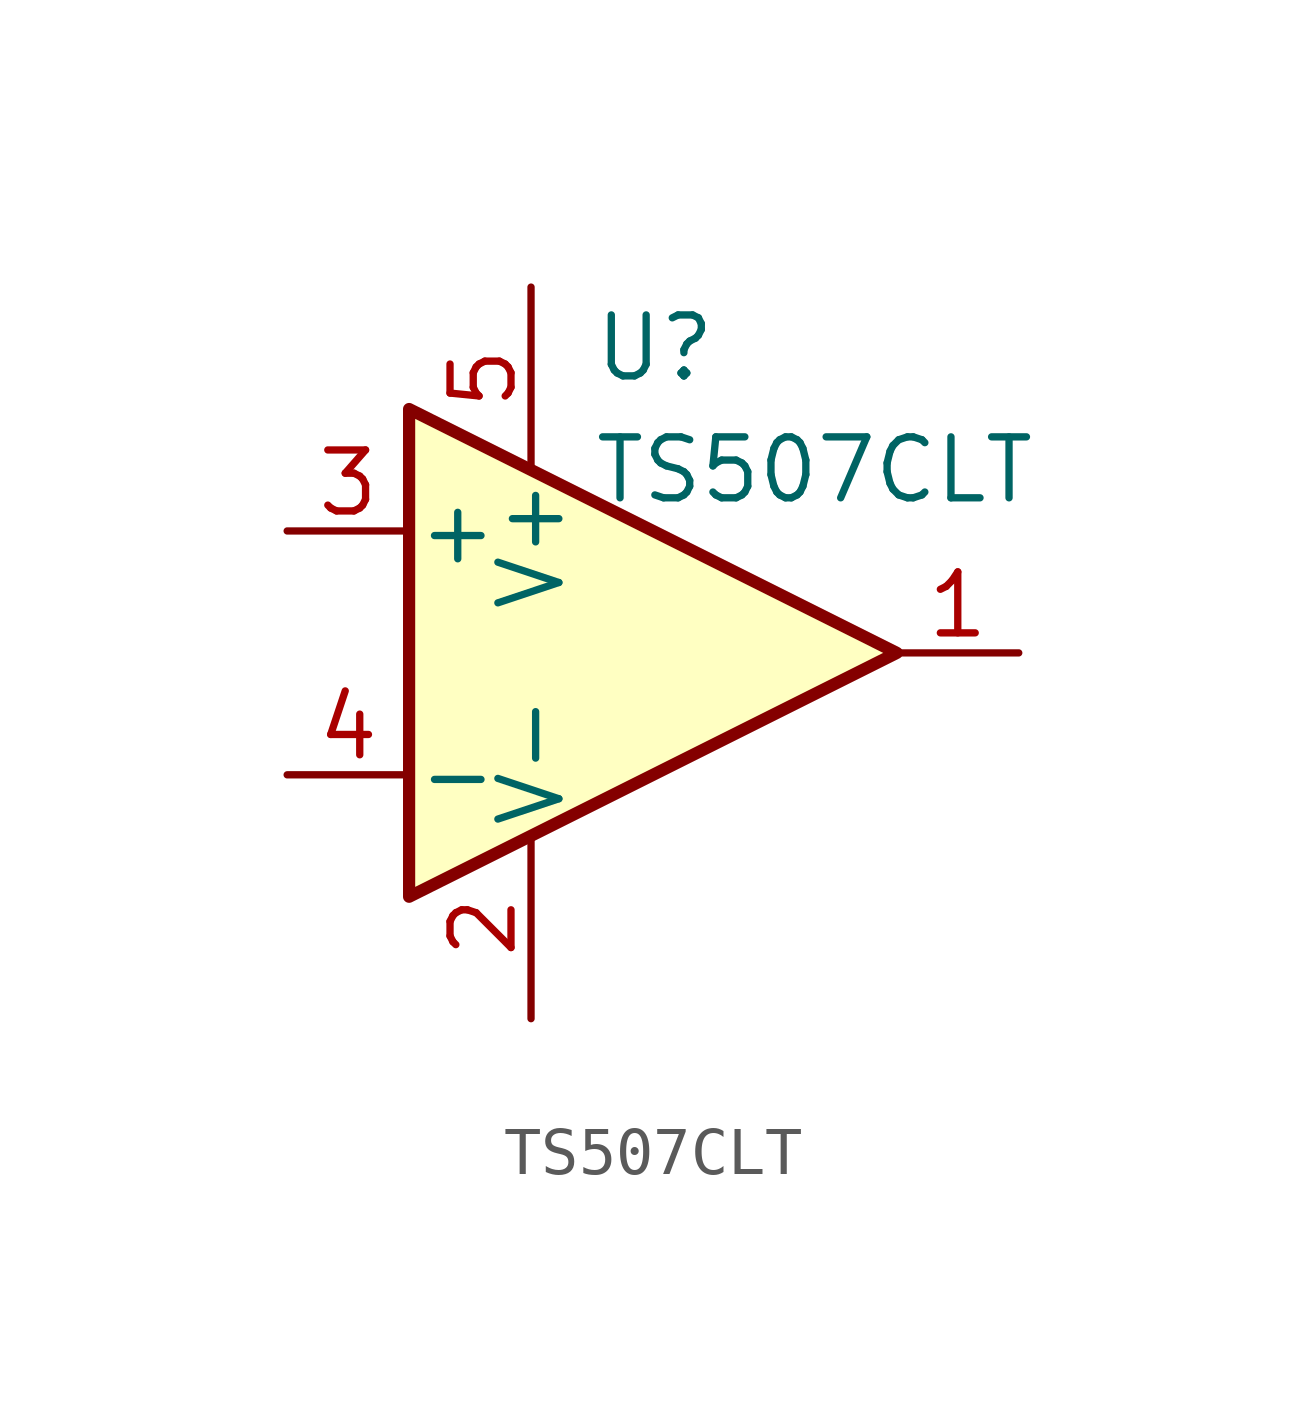
<source format=kicad_sym>
(kicad_symbol_lib
  (version 20220914)
  (generator kicad_symbol_editor)
  (symbol "TS507CLT"
    (pin_names
      (offset 0.127))
    (property "Reference" "U"
      (at -1.27 6.35 0)
      (effects (font (size 1.27 1.27)) (justify left)))
    (property "Value" "TS507CLT"
      (at -1.27 3.81 0)
      (effects (font (size 1.27 1.27)) (justify left)))
    (symbol "TS507CLT_0_1"
      (polyline (pts (xy -5.08 5.08) (xy 5.08 0) (xy -5.08 -5.08) (xy -5.08 5.08)) (stroke (width 0.254) (type solid)) (fill (type background)))
      (pin power_in line (at -2.54 -7.62 90) (length 3.81) (name "V-" (effects (font (size 1.27 1.27)))) (number "2" (effects (font (size 1.27 1.27)))))
      (pin power_in line (at -2.54 7.62 270) (length 3.81) (name "V+" (effects (font (size 1.27 1.27)))) (number "5" (effects (font (size 1.27 1.27))))))
    (symbol "TS507CLT_1_1"
      (pin output line (at 7.62 0 180) (length 2.54) (name "~" (effects (font (size 1.27 1.27)))) (number "1" (effects (font (size 1.27 1.27)))))
      (pin input line (at -7.62 2.54 0) (length 2.54) (name "+" (effects (font (size 1.27 1.27)))) (number "3" (effects (font (size 1.27 1.27)))))
      (pin input line (at -7.62 -2.54 0) (length 2.54) (name "-" (effects (font (size 1.27 1.27)))) (number "4" (effects (font (size 1.27 1.27))))))))
</source>
